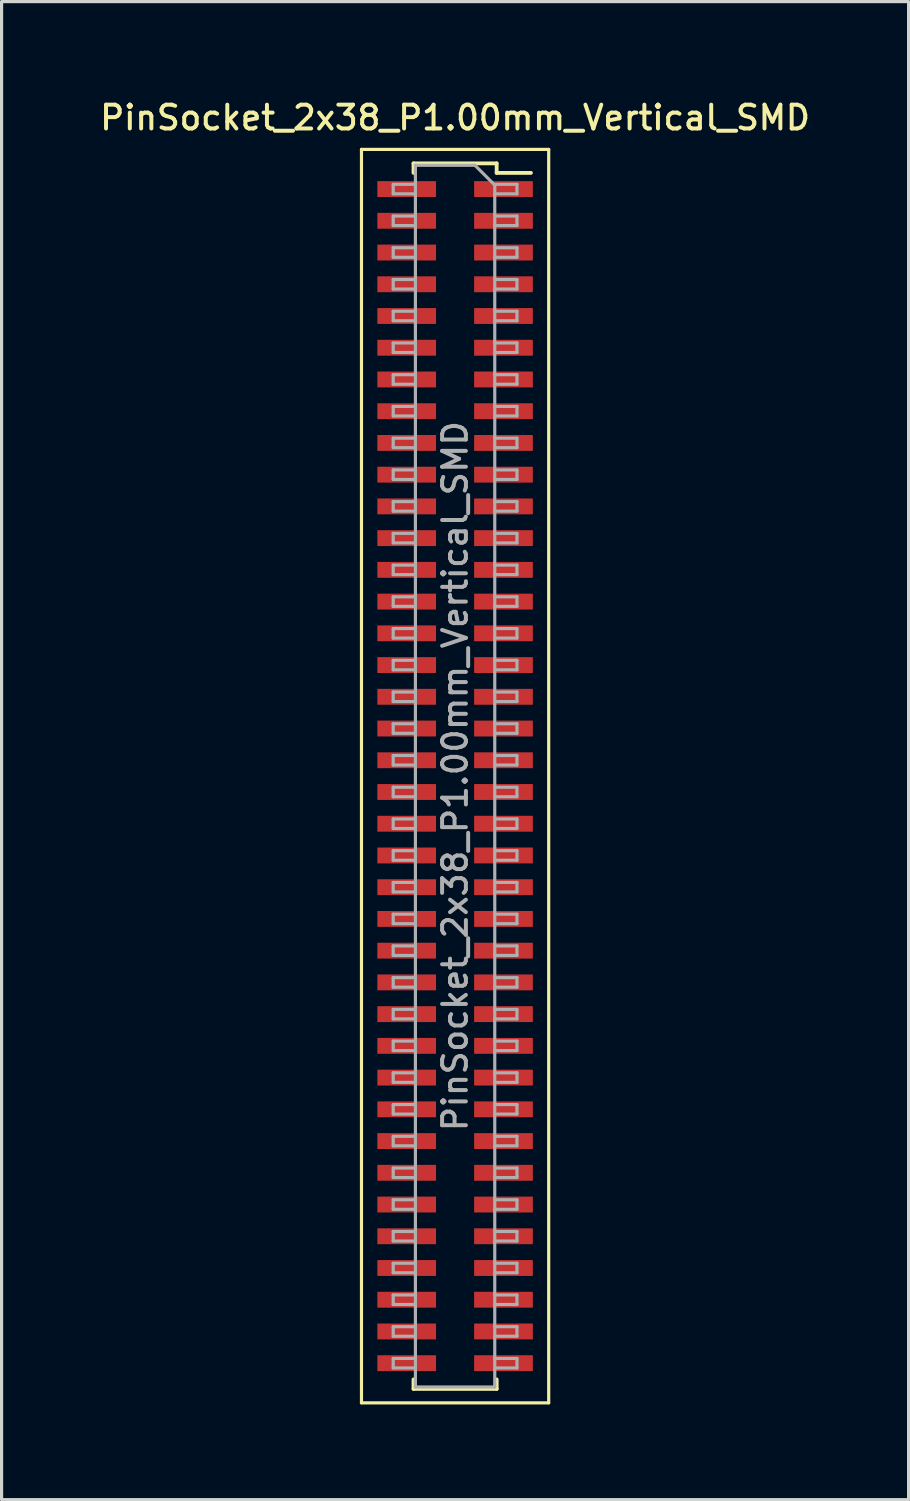
<source format=kicad_pcb>
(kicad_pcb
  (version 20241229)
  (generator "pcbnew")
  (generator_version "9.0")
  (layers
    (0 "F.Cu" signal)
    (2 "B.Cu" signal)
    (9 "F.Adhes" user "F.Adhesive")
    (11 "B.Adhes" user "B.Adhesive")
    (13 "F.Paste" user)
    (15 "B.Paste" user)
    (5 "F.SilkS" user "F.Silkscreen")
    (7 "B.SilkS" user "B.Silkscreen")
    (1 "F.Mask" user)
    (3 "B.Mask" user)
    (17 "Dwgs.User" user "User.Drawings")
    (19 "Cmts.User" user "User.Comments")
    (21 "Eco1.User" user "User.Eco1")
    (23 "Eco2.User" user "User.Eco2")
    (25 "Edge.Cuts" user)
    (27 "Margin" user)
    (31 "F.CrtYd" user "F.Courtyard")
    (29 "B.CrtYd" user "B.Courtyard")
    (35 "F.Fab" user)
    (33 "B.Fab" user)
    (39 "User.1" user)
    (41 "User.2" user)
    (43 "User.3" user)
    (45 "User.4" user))
  (footprint "PinSocket_2x38_P1.00mm_Vertical_SMD"
    (layer "F.Cu")
    (at 11.291 21.408)
    (property "Reference" "PinSocket_2x38_P1.00mm_Vertical_SMD" (at 0 -20.75 0) (layer "F.SilkS") (effects (font (size 0.75 0.75) (thickness 0.125))))
    (attr smd)
    (fp_line (start -2.95 -19.75) (end 2.95 -19.75) (stroke (width 0.1) (type solid)) (layer "F.SilkS"))
    (fp_line (start -2.95 19.75) (end -2.95 -19.75) (stroke (width 0.1) (type solid)) (layer "F.SilkS"))
    (fp_line (start -1.31 -19.31) (end -1.31 -19.01) (stroke (width 0.12) (type solid)) (layer "F.SilkS"))
    (fp_line (start -1.31 -19.31) (end 1.31 -19.31) (stroke (width 0.12) (type solid)) (layer "F.SilkS"))
    (fp_line (start -1.31 19.01) (end -1.31 19.31) (stroke (width 0.12) (type solid)) (layer "F.SilkS"))
    (fp_line (start -1.31 19.31) (end 1.31 19.31) (stroke (width 0.12) (type solid)) (layer "F.SilkS"))
    (fp_line (start 1.31 -19.31) (end 1.31 -19.01) (stroke (width 0.12) (type solid)) (layer "F.SilkS"))
    (fp_line (start 1.31 -19.01) (end 2.39 -19.01) (stroke (width 0.12) (type solid)) (layer "F.SilkS"))
    (fp_line (start 1.31 19.01) (end 1.31 19.31) (stroke (width 0.12) (type solid)) (layer "F.SilkS"))
    (fp_line (start 2.95 -19.75) (end 2.95 19.75) (stroke (width 0.1) (type solid)) (layer "F.SilkS"))
    (fp_line (start 2.95 19.75) (end -2.95 19.75) (stroke (width 0.1) (type solid)) (layer "F.SilkS"))
    (fp_line (start -1.95 -18.65) (end -1.25 -18.65) (stroke (width 0.1) (type solid)) (layer "F.Fab"))
    (fp_line (start -1.95 -18.35) (end -1.95 -18.65) (stroke (width 0.1) (type solid)) (layer "F.Fab"))
    (fp_line (start -1.95 -17.65) (end -1.25 -17.65) (stroke (width 0.1) (type solid)) (layer "F.Fab"))
    (fp_line (start -1.95 -17.35) (end -1.95 -17.65) (stroke (width 0.1) (type solid)) (layer "F.Fab"))
    (fp_line (start -1.95 -16.65) (end -1.25 -16.65) (stroke (width 0.1) (type solid)) (layer "F.Fab"))
    (fp_line (start -1.95 -16.35) (end -1.95 -16.65) (stroke (width 0.1) (type solid)) (layer "F.Fab"))
    (fp_line (start -1.95 -15.65) (end -1.25 -15.65) (stroke (width 0.1) (type solid)) (layer "F.Fab"))
    (fp_line (start -1.95 -15.35) (end -1.95 -15.65) (stroke (width 0.1) (type solid)) (layer "F.Fab"))
    (fp_line (start -1.95 -14.65) (end -1.25 -14.65) (stroke (width 0.1) (type solid)) (layer "F.Fab"))
    (fp_line (start -1.95 -14.35) (end -1.95 -14.65) (stroke (width 0.1) (type solid)) (layer "F.Fab"))
    (fp_line (start -1.95 -13.65) (end -1.25 -13.65) (stroke (width 0.1) (type solid)) (layer "F.Fab"))
    (fp_line (start -1.95 -13.35) (end -1.95 -13.65) (stroke (width 0.1) (type solid)) (layer "F.Fab"))
    (fp_line (start -1.95 -12.65) (end -1.25 -12.65) (stroke (width 0.1) (type solid)) (layer "F.Fab"))
    (fp_line (start -1.95 -12.35) (end -1.95 -12.65) (stroke (width 0.1) (type solid)) (layer "F.Fab"))
    (fp_line (start -1.95 -11.65) (end -1.25 -11.65) (stroke (width 0.1) (type solid)) (layer "F.Fab"))
    (fp_line (start -1.95 -11.35) (end -1.95 -11.65) (stroke (width 0.1) (type solid)) (layer "F.Fab"))
    (fp_line (start -1.95 -10.65) (end -1.25 -10.65) (stroke (width 0.1) (type solid)) (layer "F.Fab"))
    (fp_line (start -1.95 -10.35) (end -1.95 -10.65) (stroke (width 0.1) (type solid)) (layer "F.Fab"))
    (fp_line (start -1.95 -9.65) (end -1.25 -9.65) (stroke (width 0.1) (type solid)) (layer "F.Fab"))
    (fp_line (start -1.95 -9.35) (end -1.95 -9.65) (stroke (width 0.1) (type solid)) (layer "F.Fab"))
    (fp_line (start -1.95 -8.65) (end -1.25 -8.65) (stroke (width 0.1) (type solid)) (layer "F.Fab"))
    (fp_line (start -1.95 -8.35) (end -1.95 -8.65) (stroke (width 0.1) (type solid)) (layer "F.Fab"))
    (fp_line (start -1.95 -7.65) (end -1.25 -7.65) (stroke (width 0.1) (type solid)) (layer "F.Fab"))
    (fp_line (start -1.95 -7.35) (end -1.95 -7.65) (stroke (width 0.1) (type solid)) (layer "F.Fab"))
    (fp_line (start -1.95 -6.65) (end -1.25 -6.65) (stroke (width 0.1) (type solid)) (layer "F.Fab"))
    (fp_line (start -1.95 -6.35) (end -1.95 -6.65) (stroke (width 0.1) (type solid)) (layer "F.Fab"))
    (fp_line (start -1.95 -5.65) (end -1.25 -5.65) (stroke (width 0.1) (type solid)) (layer "F.Fab"))
    (fp_line (start -1.95 -5.35) (end -1.95 -5.65) (stroke (width 0.1) (type solid)) (layer "F.Fab"))
    (fp_line (start -1.95 -4.65) (end -1.25 -4.65) (stroke (width 0.1) (type solid)) (layer "F.Fab"))
    (fp_line (start -1.95 -4.35) (end -1.95 -4.65) (stroke (width 0.1) (type solid)) (layer "F.Fab"))
    (fp_line (start -1.95 -3.65) (end -1.25 -3.65) (stroke (width 0.1) (type solid)) (layer "F.Fab"))
    (fp_line (start -1.95 -3.35) (end -1.95 -3.65) (stroke (width 0.1) (type solid)) (layer "F.Fab"))
    (fp_line (start -1.95 -2.65) (end -1.25 -2.65) (stroke (width 0.1) (type solid)) (layer "F.Fab"))
    (fp_line (start -1.95 -2.35) (end -1.95 -2.65) (stroke (width 0.1) (type solid)) (layer "F.Fab"))
    (fp_line (start -1.95 -1.65) (end -1.25 -1.65) (stroke (width 0.1) (type solid)) (layer "F.Fab"))
    (fp_line (start -1.95 -1.35) (end -1.95 -1.65) (stroke (width 0.1) (type solid)) (layer "F.Fab"))
    (fp_line (start -1.95 -0.65) (end -1.25 -0.65) (stroke (width 0.1) (type solid)) (layer "F.Fab"))
    (fp_line (start -1.95 -0.35) (end -1.95 -0.65) (stroke (width 0.1) (type solid)) (layer "F.Fab"))
    (fp_line (start -1.95 0.35) (end -1.25 0.35) (stroke (width 0.1) (type solid)) (layer "F.Fab"))
    (fp_line (start -1.95 0.65) (end -1.95 0.35) (stroke (width 0.1) (type solid)) (layer "F.Fab"))
    (fp_line (start -1.95 1.35) (end -1.25 1.35) (stroke (width 0.1) (type solid)) (layer "F.Fab"))
    (fp_line (start -1.95 1.65) (end -1.95 1.35) (stroke (width 0.1) (type solid)) (layer "F.Fab"))
    (fp_line (start -1.95 2.35) (end -1.25 2.35) (stroke (width 0.1) (type solid)) (layer "F.Fab"))
    (fp_line (start -1.95 2.65) (end -1.95 2.35) (stroke (width 0.1) (type solid)) (layer "F.Fab"))
    (fp_line (start -1.95 3.35) (end -1.25 3.35) (stroke (width 0.1) (type solid)) (layer "F.Fab"))
    (fp_line (start -1.95 3.65) (end -1.95 3.35) (stroke (width 0.1) (type solid)) (layer "F.Fab"))
    (fp_line (start -1.95 4.35) (end -1.25 4.35) (stroke (width 0.1) (type solid)) (layer "F.Fab"))
    (fp_line (start -1.95 4.65) (end -1.95 4.35) (stroke (width 0.1) (type solid)) (layer "F.Fab"))
    (fp_line (start -1.95 5.35) (end -1.25 5.35) (stroke (width 0.1) (type solid)) (layer "F.Fab"))
    (fp_line (start -1.95 5.65) (end -1.95 5.35) (stroke (width 0.1) (type solid)) (layer "F.Fab"))
    (fp_line (start -1.95 6.35) (end -1.25 6.35) (stroke (width 0.1) (type solid)) (layer "F.Fab"))
    (fp_line (start -1.95 6.65) (end -1.95 6.35) (stroke (width 0.1) (type solid)) (layer "F.Fab"))
    (fp_line (start -1.95 7.35) (end -1.25 7.35) (stroke (width 0.1) (type solid)) (layer "F.Fab"))
    (fp_line (start -1.95 7.65) (end -1.95 7.35) (stroke (width 0.1) (type solid)) (layer "F.Fab"))
    (fp_line (start -1.95 8.35) (end -1.25 8.35) (stroke (width 0.1) (type solid)) (layer "F.Fab"))
    (fp_line (start -1.95 8.65) (end -1.95 8.35) (stroke (width 0.1) (type solid)) (layer "F.Fab"))
    (fp_line (start -1.95 9.35) (end -1.25 9.35) (stroke (width 0.1) (type solid)) (layer "F.Fab"))
    (fp_line (start -1.95 9.65) (end -1.95 9.35) (stroke (width 0.1) (type solid)) (layer "F.Fab"))
    (fp_line (start -1.95 10.35) (end -1.25 10.35) (stroke (width 0.1) (type solid)) (layer "F.Fab"))
    (fp_line (start -1.95 10.65) (end -1.95 10.35) (stroke (width 0.1) (type solid)) (layer "F.Fab"))
    (fp_line (start -1.95 11.35) (end -1.25 11.35) (stroke (width 0.1) (type solid)) (layer "F.Fab"))
    (fp_line (start -1.95 11.65) (end -1.95 11.35) (stroke (width 0.1) (type solid)) (layer "F.Fab"))
    (fp_line (start -1.95 12.35) (end -1.25 12.35) (stroke (width 0.1) (type solid)) (layer "F.Fab"))
    (fp_line (start -1.95 12.65) (end -1.95 12.35) (stroke (width 0.1) (type solid)) (layer "F.Fab"))
    (fp_line (start -1.95 13.35) (end -1.25 13.35) (stroke (width 0.1) (type solid)) (layer "F.Fab"))
    (fp_line (start -1.95 13.65) (end -1.95 13.35) (stroke (width 0.1) (type solid)) (layer "F.Fab"))
    (fp_line (start -1.95 14.35) (end -1.25 14.35) (stroke (width 0.1) (type solid)) (layer "F.Fab"))
    (fp_line (start -1.95 14.65) (end -1.95 14.35) (stroke (width 0.1) (type solid)) (layer "F.Fab"))
    (fp_line (start -1.95 15.35) (end -1.25 15.35) (stroke (width 0.1) (type solid)) (layer "F.Fab"))
    (fp_line (start -1.95 15.65) (end -1.95 15.35) (stroke (width 0.1) (type solid)) (layer "F.Fab"))
    (fp_line (start -1.95 16.35) (end -1.25 16.35) (stroke (width 0.1) (type solid)) (layer "F.Fab"))
    (fp_line (start -1.95 16.65) (end -1.95 16.35) (stroke (width 0.1) (type solid)) (layer "F.Fab"))
    (fp_line (start -1.95 17.35) (end -1.25 17.35) (stroke (width 0.1) (type solid)) (layer "F.Fab"))
    (fp_line (start -1.95 17.65) (end -1.95 17.35) (stroke (width 0.1) (type solid)) (layer "F.Fab"))
    (fp_line (start -1.95 18.35) (end -1.25 18.35) (stroke (width 0.1) (type solid)) (layer "F.Fab"))
    (fp_line (start -1.95 18.65) (end -1.95 18.35) (stroke (width 0.1) (type solid)) (layer "F.Fab"))
    (fp_line (start -1.25 -19.25) (end 0.625 -19.25) (stroke (width 0.1) (type solid)) (layer "F.Fab"))
    (fp_line (start -1.25 -18.35) (end -1.95 -18.35) (stroke (width 0.1) (type solid)) (layer "F.Fab"))
    (fp_line (start -1.25 -17.35) (end -1.95 -17.35) (stroke (width 0.1) (type solid)) (layer "F.Fab"))
    (fp_line (start -1.25 -16.35) (end -1.95 -16.35) (stroke (width 0.1) (type solid)) (layer "F.Fab"))
    (fp_line (start -1.25 -15.35) (end -1.95 -15.35) (stroke (width 0.1) (type solid)) (layer "F.Fab"))
    (fp_line (start -1.25 -14.35) (end -1.95 -14.35) (stroke (width 0.1) (type solid)) (layer "F.Fab"))
    (fp_line (start -1.25 -13.35) (end -1.95 -13.35) (stroke (width 0.1) (type solid)) (layer "F.Fab"))
    (fp_line (start -1.25 -12.35) (end -1.95 -12.35) (stroke (width 0.1) (type solid)) (layer "F.Fab"))
    (fp_line (start -1.25 -11.35) (end -1.95 -11.35) (stroke (width 0.1) (type solid)) (layer "F.Fab"))
    (fp_line (start -1.25 -10.35) (end -1.95 -10.35) (stroke (width 0.1) (type solid)) (layer "F.Fab"))
    (fp_line (start -1.25 -9.35) (end -1.95 -9.35) (stroke (width 0.1) (type solid)) (layer "F.Fab"))
    (fp_line (start -1.25 -8.35) (end -1.95 -8.35) (stroke (width 0.1) (type solid)) (layer "F.Fab"))
    (fp_line (start -1.25 -7.35) (end -1.95 -7.35) (stroke (width 0.1) (type solid)) (layer "F.Fab"))
    (fp_line (start -1.25 -6.35) (end -1.95 -6.35) (stroke (width 0.1) (type solid)) (layer "F.Fab"))
    (fp_line (start -1.25 -5.35) (end -1.95 -5.35) (stroke (width 0.1) (type solid)) (layer "F.Fab"))
    (fp_line (start -1.25 -4.35) (end -1.95 -4.35) (stroke (width 0.1) (type solid)) (layer "F.Fab"))
    (fp_line (start -1.25 -3.35) (end -1.95 -3.35) (stroke (width 0.1) (type solid)) (layer "F.Fab"))
    (fp_line (start -1.25 -2.35) (end -1.95 -2.35) (stroke (width 0.1) (type solid)) (layer "F.Fab"))
    (fp_line (start -1.25 -1.35) (end -1.95 -1.35) (stroke (width 0.1) (type solid)) (layer "F.Fab"))
    (fp_line (start -1.25 -0.35) (end -1.95 -0.35) (stroke (width 0.1) (type solid)) (layer "F.Fab"))
    (fp_line (start -1.25 0.65) (end -1.95 0.65) (stroke (width 0.1) (type solid)) (layer "F.Fab"))
    (fp_line (start -1.25 1.65) (end -1.95 1.65) (stroke (width 0.1) (type solid)) (layer "F.Fab"))
    (fp_line (start -1.25 2.65) (end -1.95 2.65) (stroke (width 0.1) (type solid)) (layer "F.Fab"))
    (fp_line (start -1.25 3.65) (end -1.95 3.65) (stroke (width 0.1) (type solid)) (layer "F.Fab"))
    (fp_line (start -1.25 4.65) (end -1.95 4.65) (stroke (width 0.1) (type solid)) (layer "F.Fab"))
    (fp_line (start -1.25 5.65) (end -1.95 5.65) (stroke (width 0.1) (type solid)) (layer "F.Fab"))
    (fp_line (start -1.25 6.65) (end -1.95 6.65) (stroke (width 0.1) (type solid)) (layer "F.Fab"))
    (fp_line (start -1.25 7.65) (end -1.95 7.65) (stroke (width 0.1) (type solid)) (layer "F.Fab"))
    (fp_line (start -1.25 8.65) (end -1.95 8.65) (stroke (width 0.1) (type solid)) (layer "F.Fab"))
    (fp_line (start -1.25 9.65) (end -1.95 9.65) (stroke (width 0.1) (type solid)) (layer "F.Fab"))
    (fp_line (start -1.25 10.65) (end -1.95 10.65) (stroke (width 0.1) (type solid)) (layer "F.Fab"))
    (fp_line (start -1.25 11.65) (end -1.95 11.65) (stroke (width 0.1) (type solid)) (layer "F.Fab"))
    (fp_line (start -1.25 12.65) (end -1.95 12.65) (stroke (width 0.1) (type solid)) (layer "F.Fab"))
    (fp_line (start -1.25 13.65) (end -1.95 13.65) (stroke (width 0.1) (type solid)) (layer "F.Fab"))
    (fp_line (start -1.25 14.65) (end -1.95 14.65) (stroke (width 0.1) (type solid)) (layer "F.Fab"))
    (fp_line (start -1.25 15.65) (end -1.95 15.65) (stroke (width 0.1) (type solid)) (layer "F.Fab"))
    (fp_line (start -1.25 16.65) (end -1.95 16.65) (stroke (width 0.1) (type solid)) (layer "F.Fab"))
    (fp_line (start -1.25 17.65) (end -1.95 17.65) (stroke (width 0.1) (type solid)) (layer "F.Fab"))
    (fp_line (start -1.25 18.65) (end -1.95 18.65) (stroke (width 0.1) (type solid)) (layer "F.Fab"))
    (fp_line (start -1.25 19.25) (end -1.25 -19.25) (stroke (width 0.1) (type solid)) (layer "F.Fab"))
    (fp_line (start 0.625 -19.25) (end 1.25 -18.625) (stroke (width 0.1) (type solid)) (layer "F.Fab"))
    (fp_line (start 1.25 -18.65) (end 1.95 -18.65) (stroke (width 0.1) (type solid)) (layer "F.Fab"))
    (fp_line (start 1.25 -18.625) (end 1.25 19.25) (stroke (width 0.1) (type solid)) (layer "F.Fab"))
    (fp_line (start 1.25 -17.65) (end 1.95 -17.65) (stroke (width 0.1) (type solid)) (layer "F.Fab"))
    (fp_line (start 1.25 -16.65) (end 1.95 -16.65) (stroke (width 0.1) (type solid)) (layer "F.Fab"))
    (fp_line (start 1.25 -15.65) (end 1.95 -15.65) (stroke (width 0.1) (type solid)) (layer "F.Fab"))
    (fp_line (start 1.25 -14.65) (end 1.95 -14.65) (stroke (width 0.1) (type solid)) (layer "F.Fab"))
    (fp_line (start 1.25 -13.65) (end 1.95 -13.65) (stroke (width 0.1) (type solid)) (layer "F.Fab"))
    (fp_line (start 1.25 -12.65) (end 1.95 -12.65) (stroke (width 0.1) (type solid)) (layer "F.Fab"))
    (fp_line (start 1.25 -11.65) (end 1.95 -11.65) (stroke (width 0.1) (type solid)) (layer "F.Fab"))
    (fp_line (start 1.25 -10.65) (end 1.95 -10.65) (stroke (width 0.1) (type solid)) (layer "F.Fab"))
    (fp_line (start 1.25 -9.65) (end 1.95 -9.65) (stroke (width 0.1) (type solid)) (layer "F.Fab"))
    (fp_line (start 1.25 -8.65) (end 1.95 -8.65) (stroke (width 0.1) (type solid)) (layer "F.Fab"))
    (fp_line (start 1.25 -7.65) (end 1.95 -7.65) (stroke (width 0.1) (type solid)) (layer "F.Fab"))
    (fp_line (start 1.25 -6.65) (end 1.95 -6.65) (stroke (width 0.1) (type solid)) (layer "F.Fab"))
    (fp_line (start 1.25 -5.65) (end 1.95 -5.65) (stroke (width 0.1) (type solid)) (layer "F.Fab"))
    (fp_line (start 1.25 -4.65) (end 1.95 -4.65) (stroke (width 0.1) (type solid)) (layer "F.Fab"))
    (fp_line (start 1.25 -3.65) (end 1.95 -3.65) (stroke (width 0.1) (type solid)) (layer "F.Fab"))
    (fp_line (start 1.25 -2.65) (end 1.95 -2.65) (stroke (width 0.1) (type solid)) (layer "F.Fab"))
    (fp_line (start 1.25 -1.65) (end 1.95 -1.65) (stroke (width 0.1) (type solid)) (layer "F.Fab"))
    (fp_line (start 1.25 -0.65) (end 1.95 -0.65) (stroke (width 0.1) (type solid)) (layer "F.Fab"))
    (fp_line (start 1.25 0.35) (end 1.95 0.35) (stroke (width 0.1) (type solid)) (layer "F.Fab"))
    (fp_line (start 1.25 1.35) (end 1.95 1.35) (stroke (width 0.1) (type solid)) (layer "F.Fab"))
    (fp_line (start 1.25 2.35) (end 1.95 2.35) (stroke (width 0.1) (type solid)) (layer "F.Fab"))
    (fp_line (start 1.25 3.35) (end 1.95 3.35) (stroke (width 0.1) (type solid)) (layer "F.Fab"))
    (fp_line (start 1.25 4.35) (end 1.95 4.35) (stroke (width 0.1) (type solid)) (layer "F.Fab"))
    (fp_line (start 1.25 5.35) (end 1.95 5.35) (stroke (width 0.1) (type solid)) (layer "F.Fab"))
    (fp_line (start 1.25 6.35) (end 1.95 6.35) (stroke (width 0.1) (type solid)) (layer "F.Fab"))
    (fp_line (start 1.25 7.35) (end 1.95 7.35) (stroke (width 0.1) (type solid)) (layer "F.Fab"))
    (fp_line (start 1.25 8.35) (end 1.95 8.35) (stroke (width 0.1) (type solid)) (layer "F.Fab"))
    (fp_line (start 1.25 9.35) (end 1.95 9.35) (stroke (width 0.1) (type solid)) (layer "F.Fab"))
    (fp_line (start 1.25 10.35) (end 1.95 10.35) (stroke (width 0.1) (type solid)) (layer "F.Fab"))
    (fp_line (start 1.25 11.35) (end 1.95 11.35) (stroke (width 0.1) (type solid)) (layer "F.Fab"))
    (fp_line (start 1.25 12.35) (end 1.95 12.35) (stroke (width 0.1) (type solid)) (layer "F.Fab"))
    (fp_line (start 1.25 13.35) (end 1.95 13.35) (stroke (width 0.1) (type solid)) (layer "F.Fab"))
    (fp_line (start 1.25 14.35) (end 1.95 14.35) (stroke (width 0.1) (type solid)) (layer "F.Fab"))
    (fp_line (start 1.25 15.35) (end 1.95 15.35) (stroke (width 0.1) (type solid)) (layer "F.Fab"))
    (fp_line (start 1.25 16.35) (end 1.95 16.35) (stroke (width 0.1) (type solid)) (layer "F.Fab"))
    (fp_line (start 1.25 17.35) (end 1.95 17.35) (stroke (width 0.1) (type solid)) (layer "F.Fab"))
    (fp_line (start 1.25 18.35) (end 1.95 18.35) (stroke (width 0.1) (type solid)) (layer "F.Fab"))
    (fp_line (start 1.25 19.25) (end -1.25 19.25) (stroke (width 0.1) (type solid)) (layer "F.Fab"))
    (fp_line (start 1.95 -18.65) (end 1.95 -18.35) (stroke (width 0.1) (type solid)) (layer "F.Fab"))
    (fp_line (start 1.95 -18.35) (end 1.25 -18.35) (stroke (width 0.1) (type solid)) (layer "F.Fab"))
    (fp_line (start 1.95 -17.65) (end 1.95 -17.35) (stroke (width 0.1) (type solid)) (layer "F.Fab"))
    (fp_line (start 1.95 -17.35) (end 1.25 -17.35) (stroke (width 0.1) (type solid)) (layer "F.Fab"))
    (fp_line (start 1.95 -16.65) (end 1.95 -16.35) (stroke (width 0.1) (type solid)) (layer "F.Fab"))
    (fp_line (start 1.95 -16.35) (end 1.25 -16.35) (stroke (width 0.1) (type solid)) (layer "F.Fab"))
    (fp_line (start 1.95 -15.65) (end 1.95 -15.35) (stroke (width 0.1) (type solid)) (layer "F.Fab"))
    (fp_line (start 1.95 -15.35) (end 1.25 -15.35) (stroke (width 0.1) (type solid)) (layer "F.Fab"))
    (fp_line (start 1.95 -14.65) (end 1.95 -14.35) (stroke (width 0.1) (type solid)) (layer "F.Fab"))
    (fp_line (start 1.95 -14.35) (end 1.25 -14.35) (stroke (width 0.1) (type solid)) (layer "F.Fab"))
    (fp_line (start 1.95 -13.65) (end 1.95 -13.35) (stroke (width 0.1) (type solid)) (layer "F.Fab"))
    (fp_line (start 1.95 -13.35) (end 1.25 -13.35) (stroke (width 0.1) (type solid)) (layer "F.Fab"))
    (fp_line (start 1.95 -12.65) (end 1.95 -12.35) (stroke (width 0.1) (type solid)) (layer "F.Fab"))
    (fp_line (start 1.95 -12.35) (end 1.25 -12.35) (stroke (width 0.1) (type solid)) (layer "F.Fab"))
    (fp_line (start 1.95 -11.65) (end 1.95 -11.35) (stroke (width 0.1) (type solid)) (layer "F.Fab"))
    (fp_line (start 1.95 -11.35) (end 1.25 -11.35) (stroke (width 0.1) (type solid)) (layer "F.Fab"))
    (fp_line (start 1.95 -10.65) (end 1.95 -10.35) (stroke (width 0.1) (type solid)) (layer "F.Fab"))
    (fp_line (start 1.95 -10.35) (end 1.25 -10.35) (stroke (width 0.1) (type solid)) (layer "F.Fab"))
    (fp_line (start 1.95 -9.65) (end 1.95 -9.35) (stroke (width 0.1) (type solid)) (layer "F.Fab"))
    (fp_line (start 1.95 -9.35) (end 1.25 -9.35) (stroke (width 0.1) (type solid)) (layer "F.Fab"))
    (fp_line (start 1.95 -8.65) (end 1.95 -8.35) (stroke (width 0.1) (type solid)) (layer "F.Fab"))
    (fp_line (start 1.95 -8.35) (end 1.25 -8.35) (stroke (width 0.1) (type solid)) (layer "F.Fab"))
    (fp_line (start 1.95 -7.65) (end 1.95 -7.35) (stroke (width 0.1) (type solid)) (layer "F.Fab"))
    (fp_line (start 1.95 -7.35) (end 1.25 -7.35) (stroke (width 0.1) (type solid)) (layer "F.Fab"))
    (fp_line (start 1.95 -6.65) (end 1.95 -6.35) (stroke (width 0.1) (type solid)) (layer "F.Fab"))
    (fp_line (start 1.95 -6.35) (end 1.25 -6.35) (stroke (width 0.1) (type solid)) (layer "F.Fab"))
    (fp_line (start 1.95 -5.65) (end 1.95 -5.35) (stroke (width 0.1) (type solid)) (layer "F.Fab"))
    (fp_line (start 1.95 -5.35) (end 1.25 -5.35) (stroke (width 0.1) (type solid)) (layer "F.Fab"))
    (fp_line (start 1.95 -4.65) (end 1.95 -4.35) (stroke (width 0.1) (type solid)) (layer "F.Fab"))
    (fp_line (start 1.95 -4.35) (end 1.25 -4.35) (stroke (width 0.1) (type solid)) (layer "F.Fab"))
    (fp_line (start 1.95 -3.65) (end 1.95 -3.35) (stroke (width 0.1) (type solid)) (layer "F.Fab"))
    (fp_line (start 1.95 -3.35) (end 1.25 -3.35) (stroke (width 0.1) (type solid)) (layer "F.Fab"))
    (fp_line (start 1.95 -2.65) (end 1.95 -2.35) (stroke (width 0.1) (type solid)) (layer "F.Fab"))
    (fp_line (start 1.95 -2.35) (end 1.25 -2.35) (stroke (width 0.1) (type solid)) (layer "F.Fab"))
    (fp_line (start 1.95 -1.65) (end 1.95 -1.35) (stroke (width 0.1) (type solid)) (layer "F.Fab"))
    (fp_line (start 1.95 -1.35) (end 1.25 -1.35) (stroke (width 0.1) (type solid)) (layer "F.Fab"))
    (fp_line (start 1.95 -0.65) (end 1.95 -0.35) (stroke (width 0.1) (type solid)) (layer "F.Fab"))
    (fp_line (start 1.95 -0.35) (end 1.25 -0.35) (stroke (width 0.1) (type solid)) (layer "F.Fab"))
    (fp_line (start 1.95 0.35) (end 1.95 0.65) (stroke (width 0.1) (type solid)) (layer "F.Fab"))
    (fp_line (start 1.95 0.65) (end 1.25 0.65) (stroke (width 0.1) (type solid)) (layer "F.Fab"))
    (fp_line (start 1.95 1.35) (end 1.95 1.65) (stroke (width 0.1) (type solid)) (layer "F.Fab"))
    (fp_line (start 1.95 1.65) (end 1.25 1.65) (stroke (width 0.1) (type solid)) (layer "F.Fab"))
    (fp_line (start 1.95 2.35) (end 1.95 2.65) (stroke (width 0.1) (type solid)) (layer "F.Fab"))
    (fp_line (start 1.95 2.65) (end 1.25 2.65) (stroke (width 0.1) (type solid)) (layer "F.Fab"))
    (fp_line (start 1.95 3.35) (end 1.95 3.65) (stroke (width 0.1) (type solid)) (layer "F.Fab"))
    (fp_line (start 1.95 3.65) (end 1.25 3.65) (stroke (width 0.1) (type solid)) (layer "F.Fab"))
    (fp_line (start 1.95 4.35) (end 1.95 4.65) (stroke (width 0.1) (type solid)) (layer "F.Fab"))
    (fp_line (start 1.95 4.65) (end 1.25 4.65) (stroke (width 0.1) (type solid)) (layer "F.Fab"))
    (fp_line (start 1.95 5.35) (end 1.95 5.65) (stroke (width 0.1) (type solid)) (layer "F.Fab"))
    (fp_line (start 1.95 5.65) (end 1.25 5.65) (stroke (width 0.1) (type solid)) (layer "F.Fab"))
    (fp_line (start 1.95 6.35) (end 1.95 6.65) (stroke (width 0.1) (type solid)) (layer "F.Fab"))
    (fp_line (start 1.95 6.65) (end 1.25 6.65) (stroke (width 0.1) (type solid)) (layer "F.Fab"))
    (fp_line (start 1.95 7.35) (end 1.95 7.65) (stroke (width 0.1) (type solid)) (layer "F.Fab"))
    (fp_line (start 1.95 7.65) (end 1.25 7.65) (stroke (width 0.1) (type solid)) (layer "F.Fab"))
    (fp_line (start 1.95 8.35) (end 1.95 8.65) (stroke (width 0.1) (type solid)) (layer "F.Fab"))
    (fp_line (start 1.95 8.65) (end 1.25 8.65) (stroke (width 0.1) (type solid)) (layer "F.Fab"))
    (fp_line (start 1.95 9.35) (end 1.95 9.65) (stroke (width 0.1) (type solid)) (layer "F.Fab"))
    (fp_line (start 1.95 9.65) (end 1.25 9.65) (stroke (width 0.1) (type solid)) (layer "F.Fab"))
    (fp_line (start 1.95 10.35) (end 1.95 10.65) (stroke (width 0.1) (type solid)) (layer "F.Fab"))
    (fp_line (start 1.95 10.65) (end 1.25 10.65) (stroke (width 0.1) (type solid)) (layer "F.Fab"))
    (fp_line (start 1.95 11.35) (end 1.95 11.65) (stroke (width 0.1) (type solid)) (layer "F.Fab"))
    (fp_line (start 1.95 11.65) (end 1.25 11.65) (stroke (width 0.1) (type solid)) (layer "F.Fab"))
    (fp_line (start 1.95 12.35) (end 1.95 12.65) (stroke (width 0.1) (type solid)) (layer "F.Fab"))
    (fp_line (start 1.95 12.65) (end 1.25 12.65) (stroke (width 0.1) (type solid)) (layer "F.Fab"))
    (fp_line (start 1.95 13.35) (end 1.95 13.65) (stroke (width 0.1) (type solid)) (layer "F.Fab"))
    (fp_line (start 1.95 13.65) (end 1.25 13.65) (stroke (width 0.1) (type solid)) (layer "F.Fab"))
    (fp_line (start 1.95 14.35) (end 1.95 14.65) (stroke (width 0.1) (type solid)) (layer "F.Fab"))
    (fp_line (start 1.95 14.65) (end 1.25 14.65) (stroke (width 0.1) (type solid)) (layer "F.Fab"))
    (fp_line (start 1.95 15.35) (end 1.95 15.65) (stroke (width 0.1) (type solid)) (layer "F.Fab"))
    (fp_line (start 1.95 15.65) (end 1.25 15.65) (stroke (width 0.1) (type solid)) (layer "F.Fab"))
    (fp_line (start 1.95 16.35) (end 1.95 16.65) (stroke (width 0.1) (type solid)) (layer "F.Fab"))
    (fp_line (start 1.95 16.65) (end 1.25 16.65) (stroke (width 0.1) (type solid)) (layer "F.Fab"))
    (fp_line (start 1.95 17.35) (end 1.95 17.65) (stroke (width 0.1) (type solid)) (layer "F.Fab"))
    (fp_line (start 1.95 17.65) (end 1.25 17.65) (stroke (width 0.1) (type solid)) (layer "F.Fab"))
    (fp_line (start 1.95 18.35) (end 1.95 18.65) (stroke (width 0.1) (type solid)) (layer "F.Fab"))
    (fp_line (start 1.95 18.65) (end 1.25 18.65) (stroke (width 0.1) (type solid)) (layer "F.Fab"))
    (fp_text user "${REFERENCE}" (at 0 0 90) (layer "F.Fab") (effects (font (size 0.75 0.75) (thickness 0.125))))
    (pad "1" smd rect (at 1.525 -18.5) (size 1.85 0.5) (layers "F.Cu" "F.Mask" "F.Paste"))
    (pad "2" smd rect (at -1.525 -18.5) (size 1.85 0.5) (layers "F.Cu" "F.Mask" "F.Paste"))
    (pad "3" smd rect (at 1.525 -17.5) (size 1.85 0.5) (layers "F.Cu" "F.Mask" "F.Paste"))
    (pad "4" smd rect (at -1.525 -17.5) (size 1.85 0.5) (layers "F.Cu" "F.Mask" "F.Paste"))
    (pad "5" smd rect (at 1.525 -16.5) (size 1.85 0.5) (layers "F.Cu" "F.Mask" "F.Paste"))
    (pad "6" smd rect (at -1.525 -16.5) (size 1.85 0.5) (layers "F.Cu" "F.Mask" "F.Paste"))
    (pad "7" smd rect (at 1.525 -15.5) (size 1.85 0.5) (layers "F.Cu" "F.Mask" "F.Paste"))
    (pad "8" smd rect (at -1.525 -15.5) (size 1.85 0.5) (layers "F.Cu" "F.Mask" "F.Paste"))
    (pad "9" smd rect (at 1.525 -14.5) (size 1.85 0.5) (layers "F.Cu" "F.Mask" "F.Paste"))
    (pad "10" smd rect (at -1.525 -14.5) (size 1.85 0.5) (layers "F.Cu" "F.Mask" "F.Paste"))
    (pad "11" smd rect (at 1.525 -13.5) (size 1.85 0.5) (layers "F.Cu" "F.Mask" "F.Paste"))
    (pad "12" smd rect (at -1.525 -13.5) (size 1.85 0.5) (layers "F.Cu" "F.Mask" "F.Paste"))
    (pad "13" smd rect (at 1.525 -12.5) (size 1.85 0.5) (layers "F.Cu" "F.Mask" "F.Paste"))
    (pad "14" smd rect (at -1.525 -12.5) (size 1.85 0.5) (layers "F.Cu" "F.Mask" "F.Paste"))
    (pad "15" smd rect (at 1.525 -11.5) (size 1.85 0.5) (layers "F.Cu" "F.Mask" "F.Paste"))
    (pad "16" smd rect (at -1.525 -11.5) (size 1.85 0.5) (layers "F.Cu" "F.Mask" "F.Paste"))
    (pad "17" smd rect (at 1.525 -10.5) (size 1.85 0.5) (layers "F.Cu" "F.Mask" "F.Paste"))
    (pad "18" smd rect (at -1.525 -10.5) (size 1.85 0.5) (layers "F.Cu" "F.Mask" "F.Paste"))
    (pad "19" smd rect (at 1.525 -9.5) (size 1.85 0.5) (layers "F.Cu" "F.Mask" "F.Paste"))
    (pad "20" smd rect (at -1.525 -9.5) (size 1.85 0.5) (layers "F.Cu" "F.Mask" "F.Paste"))
    (pad "21" smd rect (at 1.525 -8.5) (size 1.85 0.5) (layers "F.Cu" "F.Mask" "F.Paste"))
    (pad "22" smd rect (at -1.525 -8.5) (size 1.85 0.5) (layers "F.Cu" "F.Mask" "F.Paste"))
    (pad "23" smd rect (at 1.525 -7.5) (size 1.85 0.5) (layers "F.Cu" "F.Mask" "F.Paste"))
    (pad "24" smd rect (at -1.525 -7.5) (size 1.85 0.5) (layers "F.Cu" "F.Mask" "F.Paste"))
    (pad "25" smd rect (at 1.525 -6.5) (size 1.85 0.5) (layers "F.Cu" "F.Mask" "F.Paste"))
    (pad "26" smd rect (at -1.525 -6.5) (size 1.85 0.5) (layers "F.Cu" "F.Mask" "F.Paste"))
    (pad "27" smd rect (at 1.525 -5.5) (size 1.85 0.5) (layers "F.Cu" "F.Mask" "F.Paste"))
    (pad "28" smd rect (at -1.525 -5.5) (size 1.85 0.5) (layers "F.Cu" "F.Mask" "F.Paste"))
    (pad "29" smd rect (at 1.525 -4.5) (size 1.85 0.5) (layers "F.Cu" "F.Mask" "F.Paste"))
    (pad "30" smd rect (at -1.525 -4.5) (size 1.85 0.5) (layers "F.Cu" "F.Mask" "F.Paste"))
    (pad "31" smd rect (at 1.525 -3.5) (size 1.85 0.5) (layers "F.Cu" "F.Mask" "F.Paste"))
    (pad "32" smd rect (at -1.525 -3.5) (size 1.85 0.5) (layers "F.Cu" "F.Mask" "F.Paste"))
    (pad "33" smd rect (at 1.525 -2.5) (size 1.85 0.5) (layers "F.Cu" "F.Mask" "F.Paste"))
    (pad "34" smd rect (at -1.525 -2.5) (size 1.85 0.5) (layers "F.Cu" "F.Mask" "F.Paste"))
    (pad "35" smd rect (at 1.525 -1.5) (size 1.85 0.5) (layers "F.Cu" "F.Mask" "F.Paste"))
    (pad "36" smd rect (at -1.525 -1.5) (size 1.85 0.5) (layers "F.Cu" "F.Mask" "F.Paste"))
    (pad "37" smd rect (at 1.525 -0.5) (size 1.85 0.5) (layers "F.Cu" "F.Mask" "F.Paste"))
    (pad "38" smd rect (at -1.525 -0.5) (size 1.85 0.5) (layers "F.Cu" "F.Mask" "F.Paste"))
    (pad "39" smd rect (at 1.525 0.5) (size 1.85 0.5) (layers "F.Cu" "F.Mask" "F.Paste"))
    (pad "40" smd rect (at -1.525 0.5) (size 1.85 0.5) (layers "F.Cu" "F.Mask" "F.Paste"))
    (pad "41" smd rect (at 1.525 1.5) (size 1.85 0.5) (layers "F.Cu" "F.Mask" "F.Paste"))
    (pad "42" smd rect (at -1.525 1.5) (size 1.85 0.5) (layers "F.Cu" "F.Mask" "F.Paste"))
    (pad "43" smd rect (at 1.525 2.5) (size 1.85 0.5) (layers "F.Cu" "F.Mask" "F.Paste"))
    (pad "44" smd rect (at -1.525 2.5) (size 1.85 0.5) (layers "F.Cu" "F.Mask" "F.Paste"))
    (pad "45" smd rect (at 1.525 3.5) (size 1.85 0.5) (layers "F.Cu" "F.Mask" "F.Paste"))
    (pad "46" smd rect (at -1.525 3.5) (size 1.85 0.5) (layers "F.Cu" "F.Mask" "F.Paste"))
    (pad "47" smd rect (at 1.525 4.5) (size 1.85 0.5) (layers "F.Cu" "F.Mask" "F.Paste"))
    (pad "48" smd rect (at -1.525 4.5) (size 1.85 0.5) (layers "F.Cu" "F.Mask" "F.Paste"))
    (pad "49" smd rect (at 1.525 5.5) (size 1.85 0.5) (layers "F.Cu" "F.Mask" "F.Paste"))
    (pad "50" smd rect (at -1.525 5.5) (size 1.85 0.5) (layers "F.Cu" "F.Mask" "F.Paste"))
    (pad "51" smd rect (at 1.525 6.5) (size 1.85 0.5) (layers "F.Cu" "F.Mask" "F.Paste"))
    (pad "52" smd rect (at -1.525 6.5) (size 1.85 0.5) (layers "F.Cu" "F.Mask" "F.Paste"))
    (pad "53" smd rect (at 1.525 7.5) (size 1.85 0.5) (layers "F.Cu" "F.Mask" "F.Paste"))
    (pad "54" smd rect (at -1.525 7.5) (size 1.85 0.5) (layers "F.Cu" "F.Mask" "F.Paste"))
    (pad "55" smd rect (at 1.525 8.5) (size 1.85 0.5) (layers "F.Cu" "F.Mask" "F.Paste"))
    (pad "56" smd rect (at -1.525 8.5) (size 1.85 0.5) (layers "F.Cu" "F.Mask" "F.Paste"))
    (pad "57" smd rect (at 1.525 9.5) (size 1.85 0.5) (layers "F.Cu" "F.Mask" "F.Paste"))
    (pad "58" smd rect (at -1.525 9.5) (size 1.85 0.5) (layers "F.Cu" "F.Mask" "F.Paste"))
    (pad "59" smd rect (at 1.525 10.5) (size 1.85 0.5) (layers "F.Cu" "F.Mask" "F.Paste"))
    (pad "60" smd rect (at -1.525 10.5) (size 1.85 0.5) (layers "F.Cu" "F.Mask" "F.Paste"))
    (pad "61" smd rect (at 1.525 11.5) (size 1.85 0.5) (layers "F.Cu" "F.Mask" "F.Paste"))
    (pad "62" smd rect (at -1.525 11.5) (size 1.85 0.5) (layers "F.Cu" "F.Mask" "F.Paste"))
    (pad "63" smd rect (at 1.525 12.5) (size 1.85 0.5) (layers "F.Cu" "F.Mask" "F.Paste"))
    (pad "64" smd rect (at -1.525 12.5) (size 1.85 0.5) (layers "F.Cu" "F.Mask" "F.Paste"))
    (pad "65" smd rect (at 1.525 13.5) (size 1.85 0.5) (layers "F.Cu" "F.Mask" "F.Paste"))
    (pad "66" smd rect (at -1.525 13.5) (size 1.85 0.5) (layers "F.Cu" "F.Mask" "F.Paste"))
    (pad "67" smd rect (at 1.525 14.5) (size 1.85 0.5) (layers "F.Cu" "F.Mask" "F.Paste"))
    (pad "68" smd rect (at -1.525 14.5) (size 1.85 0.5) (layers "F.Cu" "F.Mask" "F.Paste"))
    (pad "69" smd rect (at 1.525 15.5) (size 1.85 0.5) (layers "F.Cu" "F.Mask" "F.Paste"))
    (pad "70" smd rect (at -1.525 15.5) (size 1.85 0.5) (layers "F.Cu" "F.Mask" "F.Paste"))
    (pad "71" smd rect (at 1.525 16.5) (size 1.85 0.5) (layers "F.Cu" "F.Mask" "F.Paste"))
    (pad "72" smd rect (at -1.525 16.5) (size 1.85 0.5) (layers "F.Cu" "F.Mask" "F.Paste"))
    (pad "73" smd rect (at 1.525 17.5) (size 1.85 0.5) (layers "F.Cu" "F.Mask" "F.Paste"))
    (pad "74" smd rect (at -1.525 17.5) (size 1.85 0.5) (layers "F.Cu" "F.Mask" "F.Paste"))
    (pad "75" smd rect (at 1.525 18.5) (size 1.85 0.5) (layers "F.Cu" "F.Mask" "F.Paste"))
    (pad "76" smd rect (at -1.525 18.5) (size 1.85 0.5) (layers "F.Cu" "F.Mask" "F.Paste")))
  (gr_rect
    (start -3 -3)
    (end 25.582 44.208)
    (stroke (width 0.1) (type default))
    (fill no)
    (layer "Edge.Cuts")))
</source>
